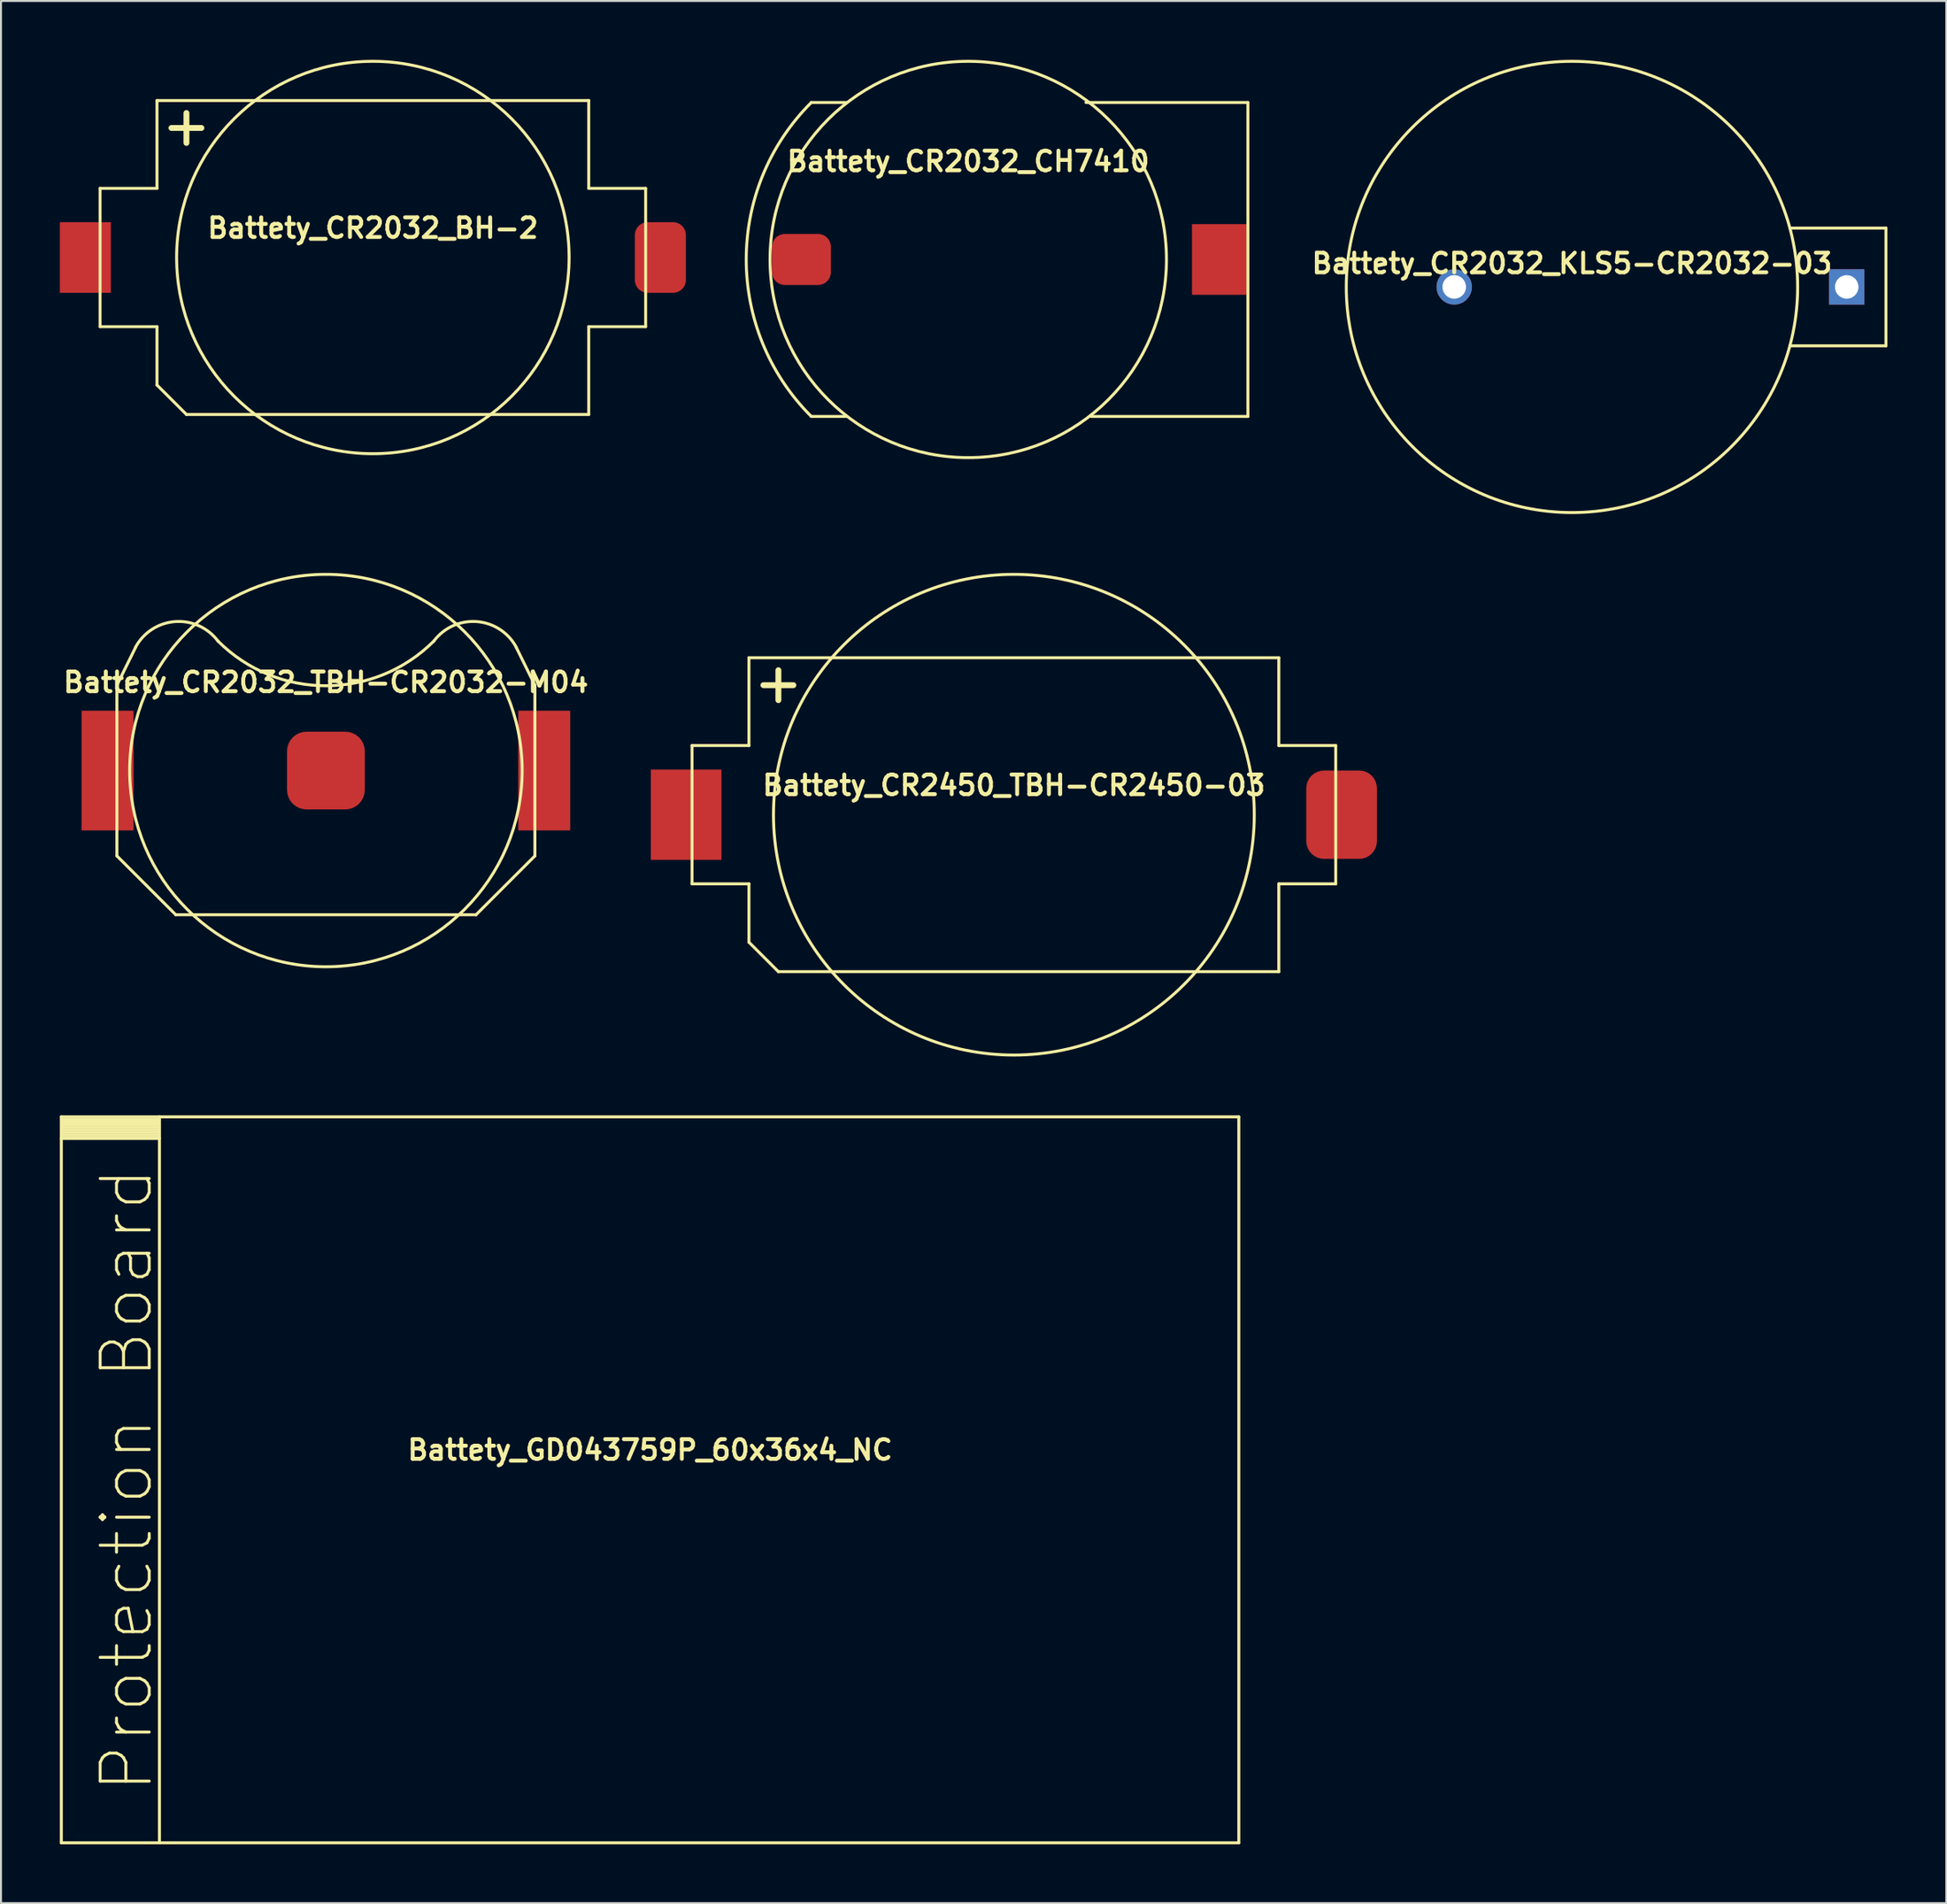
<source format=kicad_pcb>
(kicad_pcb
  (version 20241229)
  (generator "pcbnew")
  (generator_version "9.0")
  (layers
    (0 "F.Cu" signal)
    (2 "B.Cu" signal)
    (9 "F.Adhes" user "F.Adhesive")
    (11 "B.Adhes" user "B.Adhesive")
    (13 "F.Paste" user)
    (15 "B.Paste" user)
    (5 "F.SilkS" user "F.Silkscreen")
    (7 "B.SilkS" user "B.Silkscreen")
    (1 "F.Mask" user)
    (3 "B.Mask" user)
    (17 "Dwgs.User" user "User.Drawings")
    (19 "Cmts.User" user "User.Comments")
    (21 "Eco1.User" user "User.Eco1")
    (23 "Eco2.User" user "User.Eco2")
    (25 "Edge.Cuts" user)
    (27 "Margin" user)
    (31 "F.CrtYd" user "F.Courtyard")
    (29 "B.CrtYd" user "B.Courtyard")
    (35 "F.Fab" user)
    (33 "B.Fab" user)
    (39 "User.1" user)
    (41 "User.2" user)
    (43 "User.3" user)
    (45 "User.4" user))
  (footprint "Battety_GD043759P_60x36x4_NC"
    (layer "F.Cu")
    (at 30.075 72.375)
    (property "Reference" "Battety_GD043759P_60x36x4_NC" (at 0 -1.524 0) (layer "F.SilkS") (effects (font (size 1 1) (thickness 0.2))))
    (attr through_hole)
    (fp_line (start -30 18.5) (end -30 -18.5) (stroke (width 0.15) (type solid)) (layer "F.SilkS"))
    (fp_line (start -29.972 -18.352) (end -25.019 -18.352) (stroke (width 0.15) (type solid)) (layer "F.SilkS"))
    (fp_line (start -29.972 -18.098) (end -25.019 -18.098) (stroke (width 0.15) (type solid)) (layer "F.SilkS"))
    (fp_line (start -29.972 -17.843) (end -25.019 -17.843) (stroke (width 0.15) (type solid)) (layer "F.SilkS"))
    (fp_line (start -29.972 -17.59) (end -25.019 -17.59) (stroke (width 0.15) (type solid)) (layer "F.SilkS"))
    (fp_line (start -25.019 -18.224) (end -29.972 -18.224) (stroke (width 0.15) (type solid)) (layer "F.SilkS"))
    (fp_line (start -25.019 -17.971) (end -29.972 -17.971) (stroke (width 0.15) (type solid)) (layer "F.SilkS"))
    (fp_line (start -25.019 -17.716) (end -29.972 -17.716) (stroke (width 0.15) (type solid)) (layer "F.SilkS"))
    (fp_line (start -25.019 -17.462) (end -29.972 -17.462) (stroke (width 0.15) (type solid)) (layer "F.SilkS"))
    (fp_line (start -25 -17.399) (end -30 -17.399) (stroke (width 0.15) (type solid)) (layer "F.SilkS"))
    (fp_line (start -25 18.5) (end -25 -18.5) (stroke (width 0.15) (type solid)) (layer "F.SilkS"))
    (fp_line (start 30 -18.5) (end -30 -18.5) (stroke (width 0.15) (type solid)) (layer "F.SilkS"))
    (fp_line (start 30 18.5) (end -30 18.5) (stroke (width 0.15) (type solid)) (layer "F.SilkS"))
    (fp_line (start 30 18.5) (end 30 -18.5) (stroke (width 0.15) (type solid)) (layer "F.SilkS"))
    (fp_text user "Protection Board" (at -26.67 0 90) (layer "F.SilkS") (effects (font (size 2.5 2.5) (thickness 0.15)))))
  (footprint "Battety_CR2032_BH-2"
    (layer "F.Cu")
    (at 15.95 10.075)
    (property "Reference" "Battety_CR2032_BH-2" (at 0 -1.5 0) (layer "F.SilkS") (effects (font (size 1 1) (thickness 0.2))))
    (attr smd)
    (fp_line (start -13.9 -3.525) (end -13.9 3.525) (stroke (width 0.15) (type solid)) (layer "F.SilkS"))
    (fp_line (start -13.9 -3.525) (end -11 -3.525) (stroke (width 0.15) (type solid)) (layer "F.SilkS"))
    (fp_line (start -13.9 3.525) (end -11 3.525) (stroke (width 0.15) (type solid)) (layer "F.SilkS"))
    (fp_line (start -11 -3.525) (end -11 -8) (stroke (width 0.15) (type solid)) (layer "F.SilkS"))
    (fp_line (start -11 3.525) (end -11 6.5) (stroke (width 0.15) (type solid)) (layer "F.SilkS"))
    (fp_line (start -9.5 8) (end -11 6.5) (stroke (width 0.15) (type solid)) (layer "F.SilkS"))
    (fp_line (start 11 -8) (end -11 -8) (stroke (width 0.15) (type solid)) (layer "F.SilkS"))
    (fp_line (start 11 -3.525) (end 11 -8) (stroke (width 0.15) (type solid)) (layer "F.SilkS"))
    (fp_line (start 11 3.525) (end 11 8) (stroke (width 0.15) (type solid)) (layer "F.SilkS"))
    (fp_line (start 11 8) (end -9.5 8) (stroke (width 0.15) (type solid)) (layer "F.SilkS"))
    (fp_line (start 13.9 -3.525) (end 11 -3.525) (stroke (width 0.15) (type solid)) (layer "F.SilkS"))
    (fp_line (start 13.9 -3.525) (end 13.9 3.525) (stroke (width 0.15) (type solid)) (layer "F.SilkS"))
    (fp_line (start 13.9 3.525) (end 11 3.525) (stroke (width 0.15) (type solid)) (layer "F.SilkS"))
    (fp_circle (center 0 0) (end 10 0) (stroke (width 0.15) (type solid)) (fill no) (layer "F.SilkS"))
    (fp_text user "+" (at -9.5 -6.75 0) (layer "F.SilkS") (effects (font (size 2 2) (thickness 0.3))))
    (pad "A" smd rect (at -14.65 0) (size 2.6 3.6) (layers "F.Cu" "F.Mask" "F.Paste"))
    (pad "C" smd roundrect (at 14.65 0) (size 2.6 3.6) (layers "F.Cu" "F.Mask" "F.Paste") (roundrect_rratio 0.25)))
  (footprint "Battety_CR2032_TBH-CR2032-M04"
    (layer "F.Cu")
    (at 13.557 36.225)
    (property "Reference" "Battety_CR2032_TBH-CR2032-M04" (at 0 -4.5 0) (layer "F.SilkS") (effects (font (size 1 1) (thickness 0.2))))
    (attr smd)
    (fp_line (start -10.65 -4.35) (end -10.65 4.35) (stroke (width 0.15) (type solid)) (layer "F.SilkS"))
    (fp_line (start -10.65 -4.35) (end -9.7 -6.275) (stroke (width 0.15) (type solid)) (layer "F.SilkS"))
    (fp_line (start -10.65 4.35) (end -7.65 7.35) (stroke (width 0.15) (type solid)) (layer "F.SilkS"))
    (fp_line (start 7.65 7.35) (end -7.65 7.35) (stroke (width 0.15) (type solid)) (layer "F.SilkS"))
    (fp_line (start 10.65 -4.35) (end 9.7 -6.275) (stroke (width 0.15) (type solid)) (layer "F.SilkS"))
    (fp_line (start 10.65 -4.35) (end 10.65 4.35) (stroke (width 0.15) (type solid)) (layer "F.SilkS"))
    (fp_line (start 10.65 4.35) (end 7.65 7.35) (stroke (width 0.15) (type solid)) (layer "F.SilkS"))
    (fp_arc (start -9.704698 -6.278688) (mid -7.690488 -7.592732) (end -5.5 -6.6) (stroke (width 0.15) (type solid)) (layer "F.SilkS"))
    (fp_arc (start 5.5 -6.6) (mid 0 -4.321825) (end -5.5 -6.6) (stroke (width 0.15) (type solid)) (layer "F.SilkS"))
    (fp_arc (start 5.5 -6.6) (mid 7.690488 -7.592732) (end 9.704698 -6.278688) (stroke (width 0.15) (type solid)) (layer "F.SilkS"))
    (fp_circle (center 0 0) (end 10 0) (stroke (width 0.15) (type solid)) (fill no) (layer "F.SilkS"))
    (pad "A" smd rect (at -11.125 0) (size 2.65 6.1) (layers "F.Cu" "F.Mask" "F.Paste"))
    (pad "A" smd rect (at 11.125 0) (size 2.65 6.1) (layers "F.Cu" "F.Mask" "F.Paste"))
    (pad "C" smd roundrect (at 0 0) (size 3.96 3.96) (layers "F.Cu" "F.Mask" "F.Paste") (roundrect_rratio 0.25)))
  (footprint "Battety_CR2032_KLS5-CR2032-03"
    (layer "F.Cu")
    (at 77.052 11.575)
    (property "Reference" "Battety_CR2032_KLS5-CR2032-03" (at 0 -1.2 0) (layer "F.SilkS") (effects (font (size 1 1) (thickness 0.2))))
    (attr smd)
    (fp_line (start 16 -3) (end 11.1 -3) (stroke (width 0.15) (type solid)) (layer "F.SilkS"))
    (fp_line (start 16 -3) (end 16 3) (stroke (width 0.15) (type solid)) (layer "F.SilkS"))
    (fp_line (start 16 3) (end 11.1 3) (stroke (width 0.15) (type solid)) (layer "F.SilkS"))
    (fp_circle (center 0 0) (end 11.5 0) (stroke (width 0.15) (type solid)) (fill no) (layer "F.SilkS"))
    (pad "A" thru_hole rect (at 14 0) (size 1.8 1.8) (drill 1.2) (layers "*.Cu" "*.Mask"))
    (pad "C" thru_hole circle (at -6 0) (size 1.8 1.8) (drill 1.2) (layers "*.Cu" "*.Mask")))
  (footprint "Battety_CR2032_CH7410"
    (layer "F.Cu")
    (at 46.289 10.175)
    (property "Reference" "Battety_CR2032_CH7410" (at 0 -5 0) (layer "F.SilkS") (effects (font (size 1 1) (thickness 0.2))))
    (attr smd)
    (fp_line (start -8 -8) (end -6.2 -8) (stroke (width 0.15) (type solid)) (layer "F.SilkS"))
    (fp_line (start -8 8) (end -6.2 8) (stroke (width 0.15) (type solid)) (layer "F.SilkS"))
    (fp_line (start 14.25 -8) (end 6 -8) (stroke (width 0.15) (type solid)) (layer "F.SilkS"))
    (fp_line (start 14.25 -8) (end 14.25 8) (stroke (width 0.15) (type solid)) (layer "F.SilkS"))
    (fp_line (start 14.25 8) (end 6.25 8) (stroke (width 0.15) (type solid)) (layer "F.SilkS"))
    (fp_arc (start -8 8) (mid -11.313708 0) (end -8 -8) (stroke (width 0.15) (type solid)) (layer "F.SilkS"))
    (fp_circle (center 0 0) (end -10.1 0) (stroke (width 0.15) (type solid)) (fill no) (layer "F.SilkS"))
    (pad "A" smd rect (at 12.8 0) (size 2.8 3.6) (layers "F.Cu" "F.Mask" "F.Paste"))
    (pad "C" smd roundrect (at -8.5 0) (size 3 2.6) (layers "F.Cu" "F.Mask" "F.Paste") (roundrect_rratio 0.25)))
  (footprint "Battety_CR2450_TBH-CR2450-03"
    (layer "F.Cu")
    (at 48.614 38.475)
    (property "Reference" "Battety_CR2450_TBH-CR2450-03" (at 0 -1.5 0) (layer "F.SilkS") (effects (font (size 1 1) (thickness 0.2))))
    (attr smd)
    (fp_line (start -16.4 -3.525) (end -16.4 3.525) (stroke (width 0.15) (type solid)) (layer "F.SilkS"))
    (fp_line (start -16.4 -3.525) (end -13.5 -3.525) (stroke (width 0.15) (type solid)) (layer "F.SilkS"))
    (fp_line (start -16.4 3.525) (end -13.5 3.525) (stroke (width 0.15) (type solid)) (layer "F.SilkS"))
    (fp_line (start -13.5 -3.525) (end -13.5 -8) (stroke (width 0.15) (type solid)) (layer "F.SilkS"))
    (fp_line (start -13.5 3.525) (end -13.5 6.5) (stroke (width 0.15) (type solid)) (layer "F.SilkS"))
    (fp_line (start -12 8) (end -13.5 6.5) (stroke (width 0.15) (type solid)) (layer "F.SilkS"))
    (fp_line (start 13.5 -8) (end -13.5 -8) (stroke (width 0.15) (type solid)) (layer "F.SilkS"))
    (fp_line (start 13.5 -3.525) (end 13.5 -8) (stroke (width 0.15) (type solid)) (layer "F.SilkS"))
    (fp_line (start 13.5 3.525) (end 13.5 8) (stroke (width 0.15) (type solid)) (layer "F.SilkS"))
    (fp_line (start 13.5 8) (end -12 8) (stroke (width 0.15) (type solid)) (layer "F.SilkS"))
    (fp_line (start 16.4 -3.525) (end 13.5 -3.525) (stroke (width 0.15) (type solid)) (layer "F.SilkS"))
    (fp_line (start 16.4 -3.525) (end 16.4 3.525) (stroke (width 0.15) (type solid)) (layer "F.SilkS"))
    (fp_line (start 16.4 3.525) (end 13.5 3.525) (stroke (width 0.15) (type solid)) (layer "F.SilkS"))
    (fp_circle (center 0 0) (end 12.25 0) (stroke (width 0.15) (type solid)) (fill no) (layer "F.SilkS"))
    (fp_text user "+" (at -12 -6.75 0) (layer "F.SilkS") (effects (font (size 2 2) (thickness 0.3))))
    (pad "A" smd rect (at -16.7 0) (size 3.6 4.6) (layers "F.Cu" "F.Mask" "F.Paste"))
    (pad "C" smd roundrect (at 16.7 0) (size 3.6 4.5) (layers "F.Cu" "F.Mask" "F.Paste") (roundrect_rratio 0.25)))
  (gr_rect
    (start -3 -3)
    (end 96.127 93.95)
    (stroke (width 0.1) (type default))
    (fill no)
    (layer "Edge.Cuts")))
</source>
